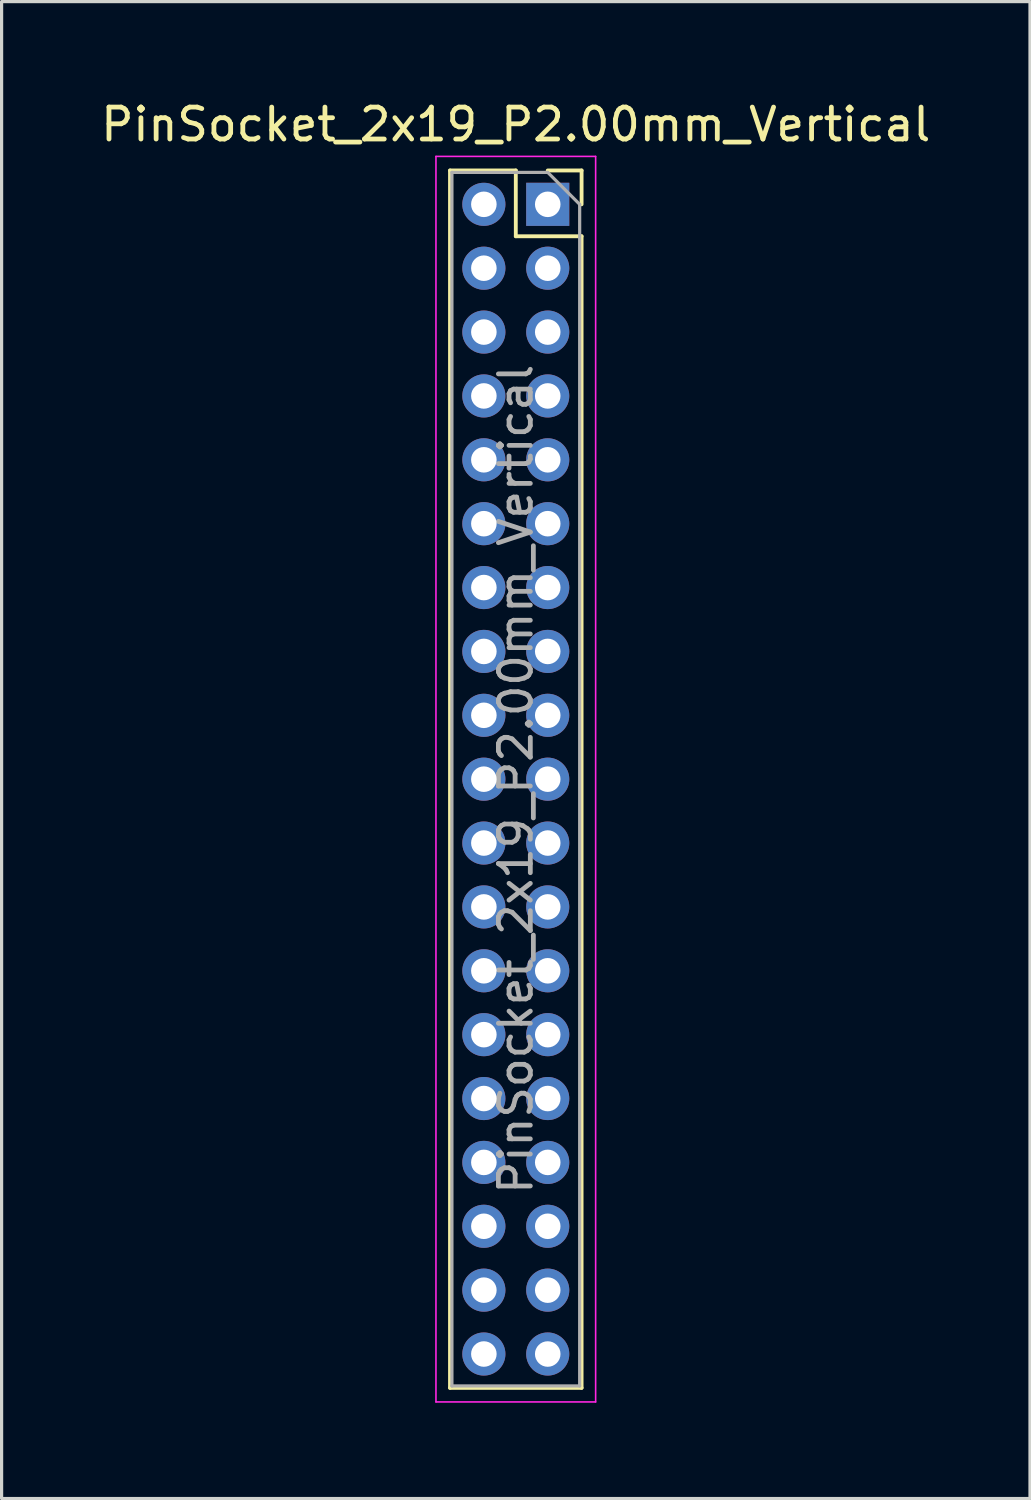
<source format=kicad_pcb>
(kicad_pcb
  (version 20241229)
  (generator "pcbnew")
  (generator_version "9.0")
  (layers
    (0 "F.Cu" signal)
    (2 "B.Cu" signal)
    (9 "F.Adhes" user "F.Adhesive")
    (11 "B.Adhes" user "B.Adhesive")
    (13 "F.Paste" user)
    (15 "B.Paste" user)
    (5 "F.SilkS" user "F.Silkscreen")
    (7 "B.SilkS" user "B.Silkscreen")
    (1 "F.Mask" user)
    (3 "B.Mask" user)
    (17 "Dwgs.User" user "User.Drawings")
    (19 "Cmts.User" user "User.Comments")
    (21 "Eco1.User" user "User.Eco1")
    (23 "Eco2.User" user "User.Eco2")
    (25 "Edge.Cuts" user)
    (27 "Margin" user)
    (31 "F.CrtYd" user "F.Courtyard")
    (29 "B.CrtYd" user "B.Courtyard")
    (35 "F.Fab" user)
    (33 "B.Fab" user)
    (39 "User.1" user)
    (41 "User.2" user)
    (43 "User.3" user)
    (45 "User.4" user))
  (footprint "PinSocket_2x19_P2.00mm_Vertical"
    (layer "F.Cu")
    (at 14.101 3.348)
    (property "Reference" "PinSocket_2x19_P2.00mm_Vertical" (at -1 -2.5 0) (layer "F.SilkS") (effects (font (size 1 1) (thickness 0.15))))
    (attr through_hole)
    (fp_line (start -3.06 -1.06) (end -3.06 37.06) (stroke (width 0.12) (type solid)) (layer "F.SilkS"))
    (fp_line (start -3.06 -1.06) (end -1 -1.06) (stroke (width 0.12) (type solid)) (layer "F.SilkS"))
    (fp_line (start -3.06 37.06) (end 1.06 37.06) (stroke (width 0.12) (type solid)) (layer "F.SilkS"))
    (fp_line (start -1 -1.06) (end -1 1) (stroke (width 0.12) (type solid)) (layer "F.SilkS"))
    (fp_line (start -1 1) (end 1.06 1) (stroke (width 0.12) (type solid)) (layer "F.SilkS"))
    (fp_line (start 0 -1.06) (end 1.06 -1.06) (stroke (width 0.12) (type solid)) (layer "F.SilkS"))
    (fp_line (start 1.06 -1.06) (end 1.06 0) (stroke (width 0.12) (type solid)) (layer "F.SilkS"))
    (fp_line (start 1.06 1) (end 1.06 37.06) (stroke (width 0.12) (type solid)) (layer "F.SilkS"))
    (fp_line (start -3.5 -1.5) (end 1.5 -1.5) (stroke (width 0.05) (type solid)) (layer "F.CrtYd"))
    (fp_line (start -3.5 37.5) (end -3.5 -1.5) (stroke (width 0.05) (type solid)) (layer "F.CrtYd"))
    (fp_line (start 1.5 -1.5) (end 1.5 37.5) (stroke (width 0.05) (type solid)) (layer "F.CrtYd"))
    (fp_line (start 1.5 37.5) (end -3.5 37.5) (stroke (width 0.05) (type solid)) (layer "F.CrtYd"))
    (fp_line (start -3 -1) (end 0 -1) (stroke (width 0.1) (type solid)) (layer "F.Fab"))
    (fp_line (start -3 37) (end -3 -1) (stroke (width 0.1) (type solid)) (layer "F.Fab"))
    (fp_line (start 0 -1) (end 1 0) (stroke (width 0.1) (type solid)) (layer "F.Fab"))
    (fp_line (start 1 0) (end 1 37) (stroke (width 0.1) (type solid)) (layer "F.Fab"))
    (fp_line (start 1 37) (end -3 37) (stroke (width 0.1) (type solid)) (layer "F.Fab"))
    (fp_text user "${REFERENCE}" (at -1 18 90) (layer "F.Fab") (effects (font (size 1 1) (thickness 0.15))))
    (pad "1" thru_hole rect (at 0 0) (size 1.35 1.35) (drill 0.8) (layers "*.Cu" "*.Mask"))
    (pad "2" thru_hole oval (at -2 0) (size 1.35 1.35) (drill 0.8) (layers "*.Cu" "*.Mask"))
    (pad "3" thru_hole oval (at 0 2) (size 1.35 1.35) (drill 0.8) (layers "*.Cu" "*.Mask"))
    (pad "4" thru_hole oval (at -2 2) (size 1.35 1.35) (drill 0.8) (layers "*.Cu" "*.Mask"))
    (pad "5" thru_hole oval (at 0 4) (size 1.35 1.35) (drill 0.8) (layers "*.Cu" "*.Mask"))
    (pad "6" thru_hole oval (at -2 4) (size 1.35 1.35) (drill 0.8) (layers "*.Cu" "*.Mask"))
    (pad "7" thru_hole oval (at 0 6) (size 1.35 1.35) (drill 0.8) (layers "*.Cu" "*.Mask"))
    (pad "8" thru_hole oval (at -2 6) (size 1.35 1.35) (drill 0.8) (layers "*.Cu" "*.Mask"))
    (pad "9" thru_hole oval (at 0 8) (size 1.35 1.35) (drill 0.8) (layers "*.Cu" "*.Mask"))
    (pad "10" thru_hole oval (at -2 8) (size 1.35 1.35) (drill 0.8) (layers "*.Cu" "*.Mask"))
    (pad "11" thru_hole oval (at 0 10) (size 1.35 1.35) (drill 0.8) (layers "*.Cu" "*.Mask"))
    (pad "12" thru_hole oval (at -2 10) (size 1.35 1.35) (drill 0.8) (layers "*.Cu" "*.Mask"))
    (pad "13" thru_hole oval (at 0 12) (size 1.35 1.35) (drill 0.8) (layers "*.Cu" "*.Mask"))
    (pad "14" thru_hole oval (at -2 12) (size 1.35 1.35) (drill 0.8) (layers "*.Cu" "*.Mask"))
    (pad "15" thru_hole oval (at 0 14) (size 1.35 1.35) (drill 0.8) (layers "*.Cu" "*.Mask"))
    (pad "16" thru_hole oval (at -2 14) (size 1.35 1.35) (drill 0.8) (layers "*.Cu" "*.Mask"))
    (pad "17" thru_hole oval (at 0 16) (size 1.35 1.35) (drill 0.8) (layers "*.Cu" "*.Mask"))
    (pad "18" thru_hole oval (at -2 16) (size 1.35 1.35) (drill 0.8) (layers "*.Cu" "*.Mask"))
    (pad "19" thru_hole oval (at 0 18) (size 1.35 1.35) (drill 0.8) (layers "*.Cu" "*.Mask"))
    (pad "20" thru_hole oval (at -2 18) (size 1.35 1.35) (drill 0.8) (layers "*.Cu" "*.Mask"))
    (pad "21" thru_hole oval (at 0 20) (size 1.35 1.35) (drill 0.8) (layers "*.Cu" "*.Mask"))
    (pad "22" thru_hole oval (at -2 20) (size 1.35 1.35) (drill 0.8) (layers "*.Cu" "*.Mask"))
    (pad "23" thru_hole oval (at 0 22) (size 1.35 1.35) (drill 0.8) (layers "*.Cu" "*.Mask"))
    (pad "24" thru_hole oval (at -2 22) (size 1.35 1.35) (drill 0.8) (layers "*.Cu" "*.Mask"))
    (pad "25" thru_hole oval (at 0 24) (size 1.35 1.35) (drill 0.8) (layers "*.Cu" "*.Mask"))
    (pad "26" thru_hole oval (at -2 24) (size 1.35 1.35) (drill 0.8) (layers "*.Cu" "*.Mask"))
    (pad "27" thru_hole oval (at 0 26) (size 1.35 1.35) (drill 0.8) (layers "*.Cu" "*.Mask"))
    (pad "28" thru_hole oval (at -2 26) (size 1.35 1.35) (drill 0.8) (layers "*.Cu" "*.Mask"))
    (pad "29" thru_hole oval (at 0 28) (size 1.35 1.35) (drill 0.8) (layers "*.Cu" "*.Mask"))
    (pad "30" thru_hole oval (at -2 28) (size 1.35 1.35) (drill 0.8) (layers "*.Cu" "*.Mask"))
    (pad "31" thru_hole oval (at 0 30) (size 1.35 1.35) (drill 0.8) (layers "*.Cu" "*.Mask"))
    (pad "32" thru_hole oval (at -2 30) (size 1.35 1.35) (drill 0.8) (layers "*.Cu" "*.Mask"))
    (pad "33" thru_hole oval (at 0 32) (size 1.35 1.35) (drill 0.8) (layers "*.Cu" "*.Mask"))
    (pad "34" thru_hole oval (at -2 32) (size 1.35 1.35) (drill 0.8) (layers "*.Cu" "*.Mask"))
    (pad "35" thru_hole oval (at 0 34) (size 1.35 1.35) (drill 0.8) (layers "*.Cu" "*.Mask"))
    (pad "36" thru_hole oval (at -2 34) (size 1.35 1.35) (drill 0.8) (layers "*.Cu" "*.Mask"))
    (pad "37" thru_hole oval (at 0 36) (size 1.35 1.35) (drill 0.8) (layers "*.Cu" "*.Mask"))
    (pad "38" thru_hole oval (at -2 36) (size 1.35 1.35) (drill 0.8) (layers "*.Cu" "*.Mask")))
  (gr_rect
    (start -3 -3)
    (end 29.202 43.873)
    (stroke (width 0.1) (type default))
    (fill no)
    (layer "Edge.Cuts")))
</source>
